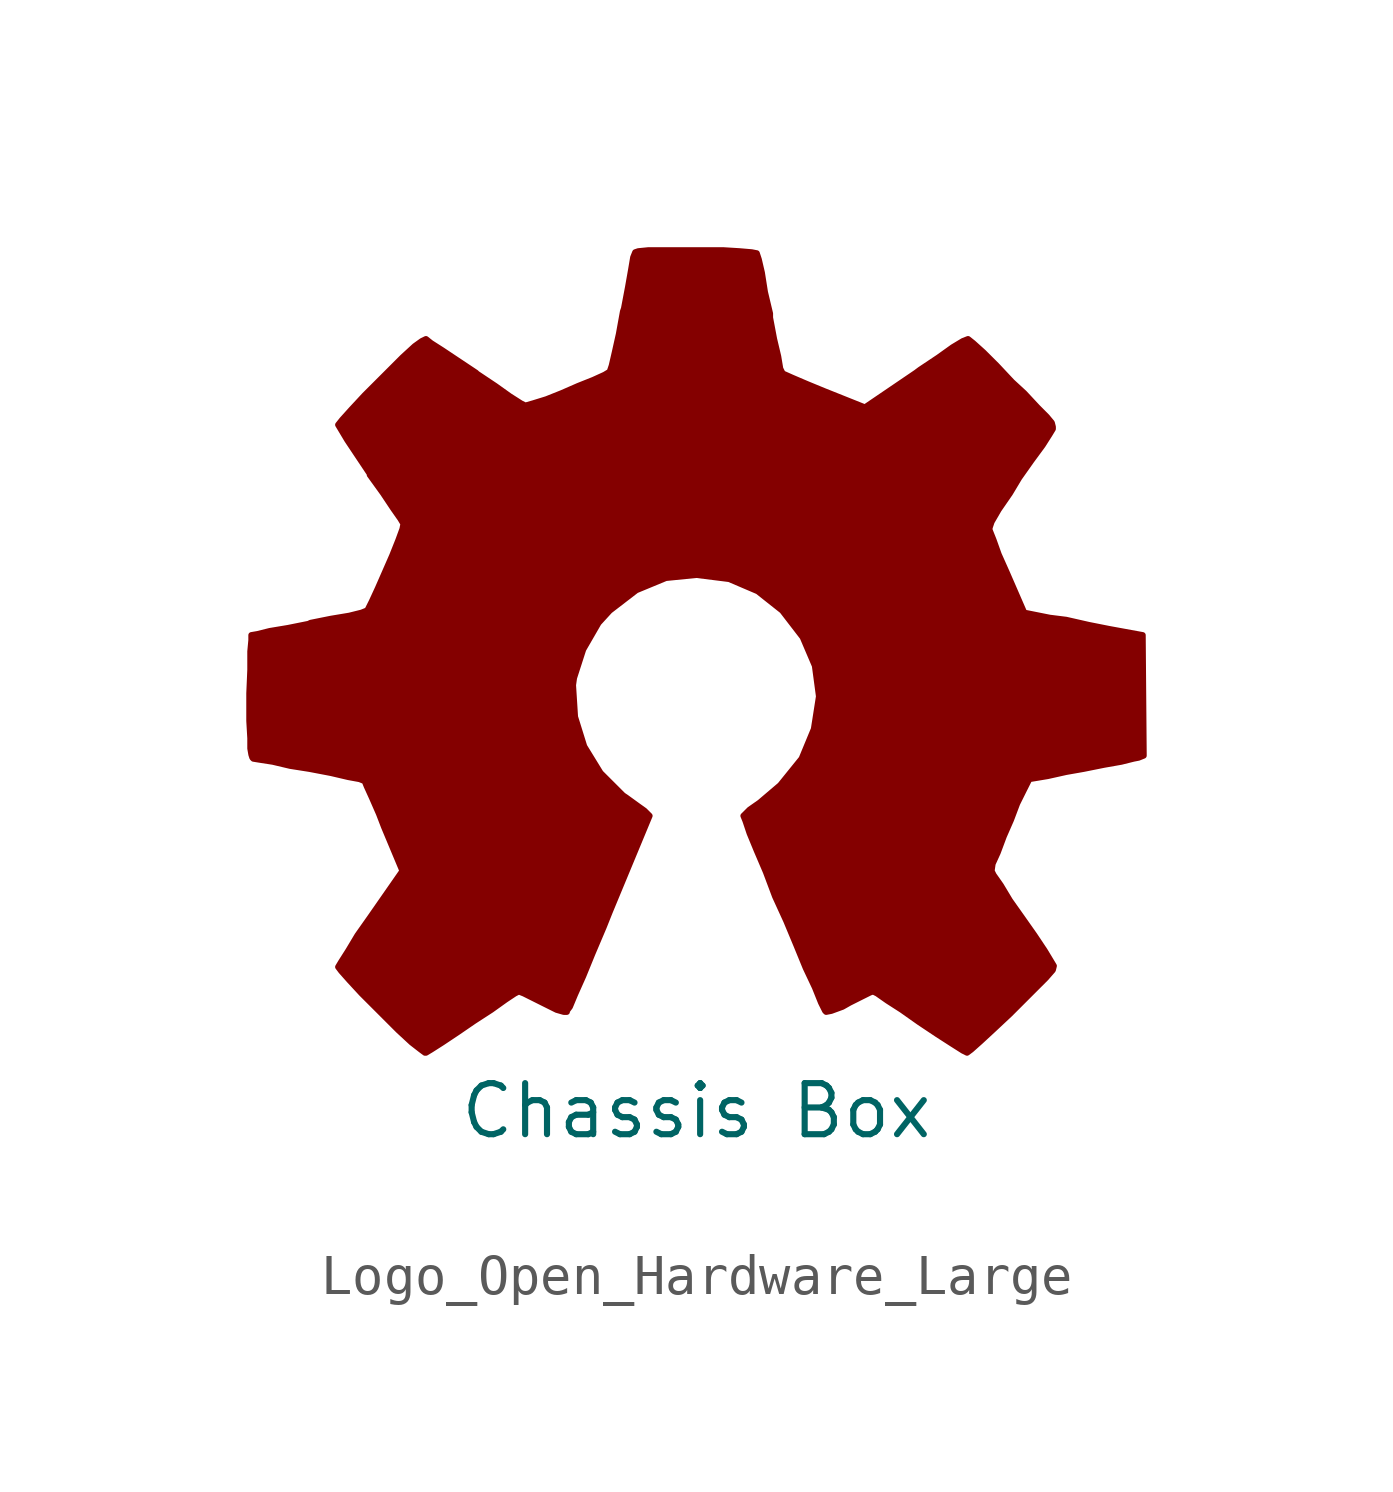
<source format=kicad_sym>
(kicad_symbol_lib
  (version 20241209)
  (generator "kicad_symbol_editor")
  (generator_version "9.0")
  (symbol "Logo_Open_Hardware_Large"
    (pin_names
      (offset 1.016))
    (property "Reference" "HDWR401"
      (at 0 12.7 0)
      (effects (font (size 1.27 1.27)) (hide yes)))
    (property "Value" "Chassis Box"
      (at 0 -10.16 0)
      (effects (font (size 1.27 1.27))))
    (symbol "Logo_Open_Hardware_Large_1_1"
      (polyline (pts (xy 6.731 -8.712) (xy 6.629 -8.661) (xy 6.35 -8.484) (xy 5.994 -8.255) (xy 5.537 -7.95) (xy 5.105 -7.645) (xy 4.75 -7.417) (xy 4.496 -7.239) (xy 4.394 -7.188) (xy 4.318 -7.214) (xy 4.115 -7.315) (xy 3.81 -7.468) (xy 3.632 -7.569) (xy 3.353 -7.671) (xy 3.226 -7.696) (xy 3.2 -7.671) (xy 3.099 -7.468) (xy 2.946 -7.087) (xy 2.718 -6.604) (xy 2.489 -6.045) (xy 2.235 -5.436) (xy 1.956 -4.826) (xy 1.727 -4.216) (xy 1.499 -3.683) (xy 1.321 -3.251) (xy 1.219 -2.946) (xy 1.168 -2.819) (xy 1.194 -2.794) (xy 1.321 -2.667) (xy 1.575 -2.489) (xy 2.083 -2.057) (xy 2.616 -1.397) (xy 2.921 -0.66) (xy 3.048 0.152) (xy 2.946 0.914) (xy 2.642 1.626) (xy 2.134 2.286) (xy 1.524 2.769) (xy 0.813 3.073) (xy 0 3.175) (xy -0.762 3.099) (xy -1.499 2.794) (xy -2.159 2.286) (xy -2.438 1.981) (xy -2.819 1.321) (xy -3.048 0.61) (xy -3.073 0.432) (xy -3.023 -0.356) (xy -2.794 -1.092) (xy -2.388 -1.753) (xy -1.829 -2.311) (xy -1.753 -2.362) (xy -1.473 -2.565) (xy -1.295 -2.692) (xy -1.168 -2.819) (xy -2.159 -5.207) (xy -2.311 -5.588) (xy -2.591 -6.248) (xy -2.819 -6.807) (xy -3.023 -7.264) (xy -3.15 -7.569) (xy -3.226 -7.671) (xy -3.226 -7.696) (xy -3.302 -7.696) (xy -3.48 -7.645) (xy -3.835 -7.468) (xy -4.039 -7.366) (xy -4.293 -7.239) (xy -4.42 -7.188) (xy -4.521 -7.239) (xy -4.75 -7.391) (xy -5.105 -7.645) (xy -5.537 -7.925) (xy -5.944 -8.204) (xy -6.325 -8.458) (xy -6.604 -8.636) (xy -6.731 -8.712) (xy -6.756 -8.712) (xy -6.858 -8.636) (xy -7.087 -8.458) (xy -7.417 -8.153) (xy -7.874 -7.696) (xy -7.95 -7.62) (xy -8.331 -7.239) (xy -8.636 -6.909) (xy -8.839 -6.68) (xy -8.915 -6.579) (xy -8.915 -6.579) (xy -8.839 -6.452) (xy -8.661 -6.172) (xy -8.433 -5.791) (xy -8.128 -5.359) (xy -7.315 -4.191) (xy -7.772 -3.099) (xy -7.899 -2.769) (xy -8.077 -2.362) (xy -8.204 -2.083) (xy -8.255 -1.956) (xy -8.382 -1.905) (xy -8.661 -1.854) (xy -9.093 -1.753) (xy -9.627 -1.651) (xy -10.109 -1.575) (xy -10.541 -1.473) (xy -10.871 -1.422) (xy -11.024 -1.397) (xy -11.049 -1.372) (xy -11.074 -1.295) (xy -11.1 -1.143) (xy -11.1 -0.889) (xy -11.125 -0.457) (xy -11.125 0.152) (xy -11.125 0.229) (xy -11.1 0.813) (xy -11.1 1.27) (xy -11.074 1.549) (xy -11.074 1.676) (xy -11.074 1.676) (xy -10.922 1.702) (xy -10.617 1.778) (xy -10.16 1.854) (xy -9.652 1.956) (xy -9.601 1.981) (xy -9.093 2.083) (xy -8.636 2.159) (xy -8.331 2.235) (xy -8.204 2.286) (xy -8.179 2.311) (xy -8.077 2.515) (xy -7.925 2.845) (xy -7.747 3.251) (xy -7.569 3.658) (xy -7.417 4.039) (xy -7.315 4.318) (xy -7.29 4.445) (xy -7.29 4.445) (xy -7.366 4.572) (xy -7.544 4.826) (xy -7.798 5.207) (xy -8.128 5.664) (xy -8.128 5.69) (xy -8.433 6.147) (xy -8.687 6.528) (xy -8.839 6.782) (xy -8.915 6.909) (xy -8.915 6.909) (xy -8.814 7.036) (xy -8.585 7.29) (xy -8.255 7.645) (xy -7.874 8.026) (xy -7.747 8.153) (xy -7.315 8.585) (xy -7.01 8.865) (xy -6.833 8.992) (xy -6.731 9.042) (xy -6.731 9.042) (xy -6.604 8.941) (xy -6.325 8.763) (xy -5.944 8.509) (xy -5.486 8.204) (xy -5.461 8.179) (xy -5.004 7.874) (xy -4.648 7.62) (xy -4.369 7.442) (xy -4.267 7.391) (xy -4.242 7.391) (xy -4.064 7.442) (xy -3.734 7.544) (xy -3.353 7.696) (xy -2.946 7.874) (xy -2.565 8.026) (xy -2.286 8.153) (xy -2.159 8.23) (xy -2.159 8.23) (xy -2.108 8.382) (xy -2.032 8.712) (xy -1.93 9.169) (xy -1.829 9.728) (xy -1.803 9.804) (xy -1.702 10.338) (xy -1.626 10.77) (xy -1.575 11.074) (xy -1.524 11.201) (xy -1.448 11.227) (xy -1.194 11.252) (xy -0.813 11.252) (xy -0.33 11.252) (xy 0.152 11.252) (xy 0.66 11.252) (xy 1.067 11.227) (xy 1.372 11.201) (xy 1.499 11.176) (xy 1.499 11.176) (xy 1.549 11.024) (xy 1.626 10.693) (xy 1.702 10.211) (xy 1.829 9.677) (xy 1.829 9.576) (xy 1.93 9.042) (xy 2.032 8.611) (xy 2.083 8.306) (xy 2.134 8.204) (xy 2.159 8.179) (xy 2.388 8.077) (xy 2.743 7.925) (xy 3.175 7.747) (xy 4.191 7.341) (xy 5.461 8.204) (xy 5.563 8.28) (xy 6.02 8.585) (xy 6.375 8.839) (xy 6.629 8.992) (xy 6.756 9.042) (xy 6.756 9.042) (xy 6.883 8.941) (xy 7.137 8.712) (xy 7.468 8.382) (xy 7.849 7.976) (xy 8.153 7.696) (xy 8.484 7.341) (xy 8.712 7.112) (xy 8.839 6.96) (xy 8.865 6.858) (xy 8.865 6.807) (xy 8.788 6.68) (xy 8.611 6.401) (xy 8.331 6.02) (xy 8.026 5.588) (xy 7.798 5.207) (xy 7.518 4.801) (xy 7.341 4.496) (xy 7.29 4.343) (xy 7.29 4.293) (xy 7.391 4.039) (xy 7.518 3.683) (xy 7.722 3.226) (xy 8.153 2.235) (xy 8.788 2.108) (xy 9.195 2.057) (xy 9.754 1.93) (xy 10.262 1.829) (xy 11.1 1.676) (xy 11.125 -1.321) (xy 10.998 -1.372) (xy 10.871 -1.397) (xy 10.566 -1.473) (xy 10.135 -1.549) (xy 9.627 -1.651) (xy 9.195 -1.727) (xy 8.738 -1.829) (xy 8.433 -1.88) (xy 8.28 -1.905) (xy 8.255 -1.956) (xy 8.153 -2.159) (xy 7.976 -2.515) (xy 7.823 -2.921) (xy 7.645 -3.327) (xy 7.493 -3.734) (xy 7.366 -4.013) (xy 7.341 -4.191) (xy 7.391 -4.293) (xy 7.569 -4.547) (xy 7.798 -4.928) (xy 8.103 -5.359) (xy 8.407 -5.791) (xy 8.661 -6.172) (xy 8.814 -6.426) (xy 8.89 -6.553) (xy 8.865 -6.655) (xy 8.687 -6.858) (xy 8.357 -7.188) (xy 7.874 -7.671) (xy 7.798 -7.747) (xy 7.391 -8.128) (xy 7.061 -8.433) (xy 6.833 -8.636) (xy 6.731 -8.712)) (stroke (width 0) (type default)) (fill (type outline))))))
</source>
